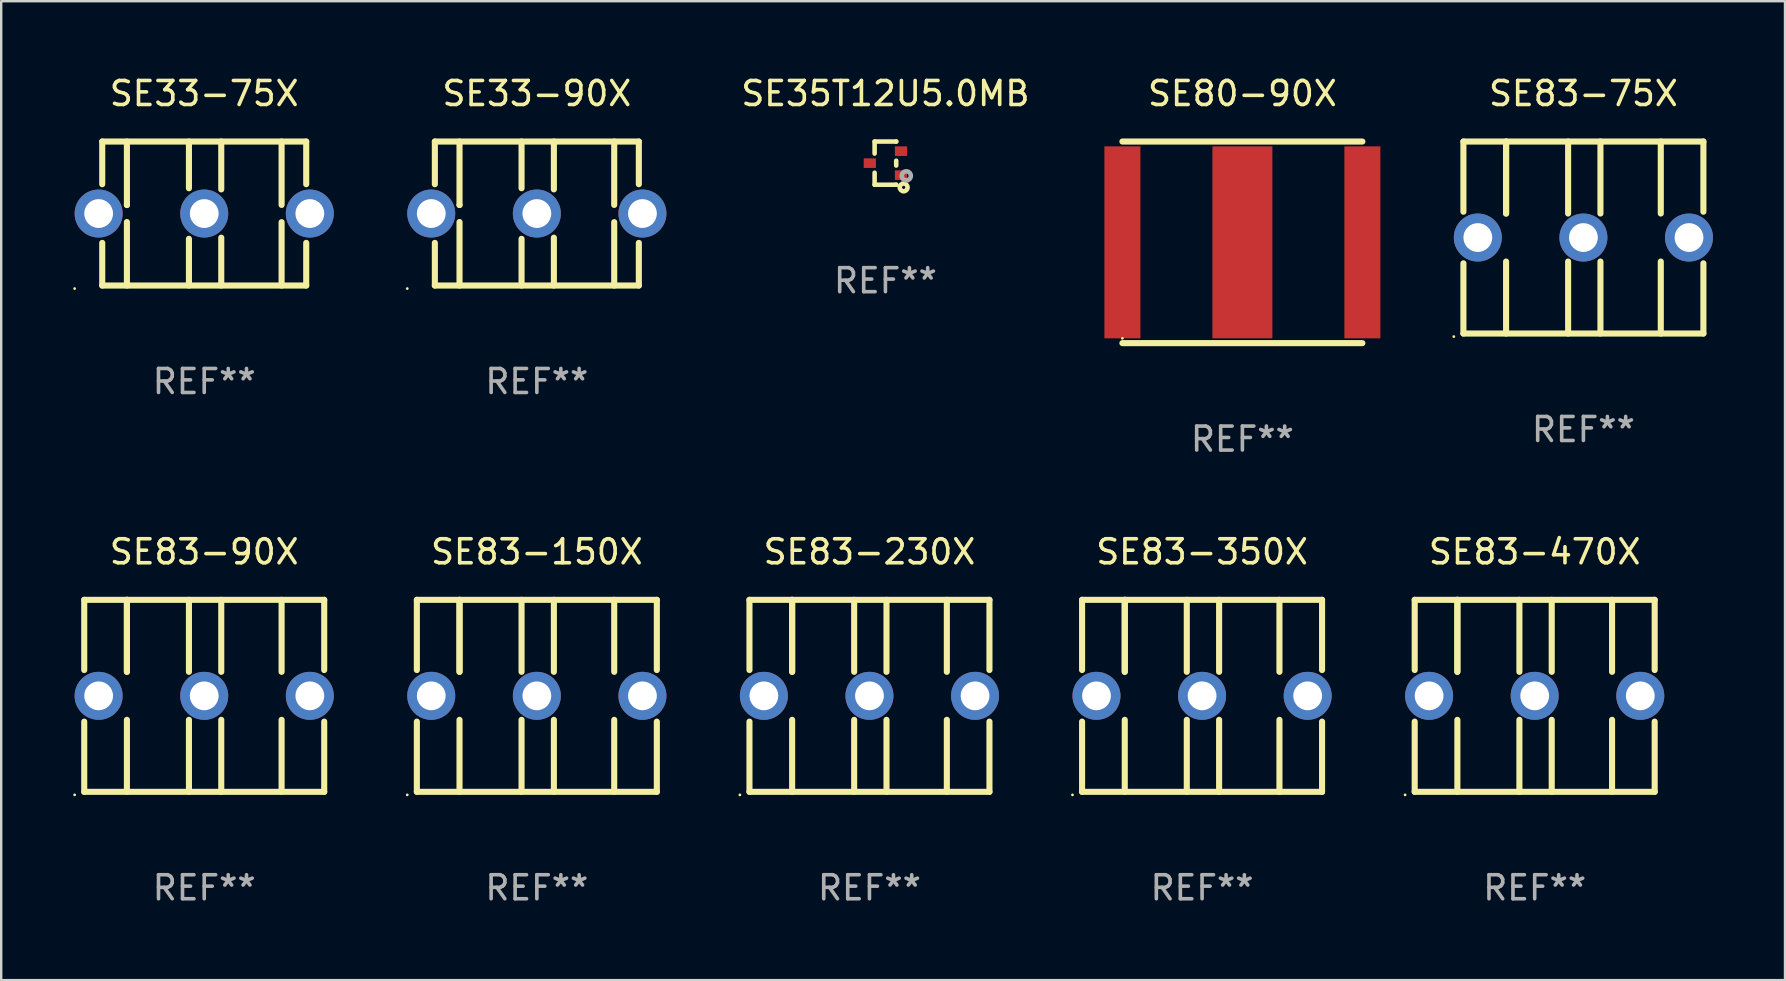
<source format=kicad_pcb>
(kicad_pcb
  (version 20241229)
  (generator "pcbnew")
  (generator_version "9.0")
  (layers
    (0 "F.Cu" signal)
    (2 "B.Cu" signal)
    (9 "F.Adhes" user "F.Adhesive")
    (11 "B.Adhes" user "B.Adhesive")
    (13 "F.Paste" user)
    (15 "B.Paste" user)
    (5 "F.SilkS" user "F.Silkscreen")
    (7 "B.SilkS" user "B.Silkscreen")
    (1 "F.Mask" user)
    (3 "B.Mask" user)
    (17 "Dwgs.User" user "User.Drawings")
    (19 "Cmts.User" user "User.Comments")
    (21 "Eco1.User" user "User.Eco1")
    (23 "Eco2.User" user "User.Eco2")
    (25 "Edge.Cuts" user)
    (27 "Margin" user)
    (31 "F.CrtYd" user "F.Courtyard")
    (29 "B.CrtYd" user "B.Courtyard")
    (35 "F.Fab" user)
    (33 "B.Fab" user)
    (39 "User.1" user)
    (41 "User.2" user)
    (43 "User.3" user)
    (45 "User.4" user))
  (footprint "SE83-350X"
    (layer "F.Cu")
    (at 47.04 25.945)
    (property "Reference" "SE83-350X" (at 0 -6 0) (layer "F.SilkS") (effects (font (size 1 1) (thickness 0.15))))
    (attr through_hole)
    (fp_line (start -5 -4) (end -5 -1.075) (stroke (width 0.254) (type solid)) (layer "F.SilkS"))
    (fp_line (start -5 -4) (end 5 -4) (stroke (width 0.254) (type solid)) (layer "F.SilkS"))
    (fp_line (start -5 1.075) (end -5 4) (stroke (width 0.254) (type solid)) (layer "F.SilkS"))
    (fp_line (start -5 4) (end 5 4) (stroke (width 0.254) (type solid)) (layer "F.SilkS"))
    (fp_line (start -3.222 -1) (end -3.222 -4) (stroke (width 0.254) (type solid)) (layer "F.SilkS"))
    (fp_line (start -3.222 -1) (end -3.222 -4) (stroke (width 0.254) (type solid)) (layer "F.SilkS"))
    (fp_line (start -3.222 1) (end -3.222 4) (stroke (width 0.254) (type solid)) (layer "F.SilkS"))
    (fp_line (start -0.637 -1) (end -0.637 -4) (stroke (width 0.254) (type solid)) (layer "F.SilkS"))
    (fp_line (start -0.637 1) (end -0.637 4) (stroke (width 0.254) (type solid)) (layer "F.SilkS"))
    (fp_line (start 0.71 -1) (end 0.71 -4) (stroke (width 0.254) (type solid)) (layer "F.SilkS"))
    (fp_line (start 0.71 1) (end 0.71 4) (stroke (width 0.254) (type solid)) (layer "F.SilkS"))
    (fp_line (start 3.224 -1) (end 3.224 -4) (stroke (width 0.254) (type solid)) (layer "F.SilkS"))
    (fp_line (start 3.224 1) (end 3.224 4) (stroke (width 0.254) (type solid)) (layer "F.SilkS"))
    (fp_line (start 5 -4) (end 5 -1.075) (stroke (width 0.254) (type solid)) (layer "F.SilkS"))
    (fp_line (start 5 1.075) (end 5 4) (stroke (width 0.254) (type solid)) (layer "F.SilkS"))
    (fp_circle (center -5.4 4.127) (end -5.37 4.127) (stroke (width 0.06) (type solid)) (fill no) (layer "F.SilkS"))
    (fp_text user "REF**" (at 0 8 0) (layer "F.Fab") (effects (font (size 1 1) (thickness 0.15))))
    (pad "1" thru_hole circle (at -4.4 0) (size 2 2) (drill 1.2) (layers "*.Cu" "*.Mask"))
    (pad "2" thru_hole circle (at 4.4 0) (size 2 2) (drill 1.2) (layers "*.Cu" "*.Mask"))
    (pad "3" thru_hole circle (at 0 0) (size 2 2) (drill 1.2) (layers "*.Cu" "*.Mask")))
  (footprint "SE33-75X"
    (layer "F.Cu")
    (at 5.46 5.848)
    (property "Reference" "SE33-75X" (at 0 -5 0) (layer "F.SilkS") (effects (font (size 1 1) (thickness 0.15))))
    (attr through_hole)
    (fp_line (start -4.25 -3) (end -4.25 -1.222) (stroke (width 0.254) (type solid)) (layer "F.SilkS"))
    (fp_line (start -4.25 -3) (end 4.25 -3) (stroke (width 0.254) (type solid)) (layer "F.SilkS"))
    (fp_line (start -4.25 1.222) (end -4.25 3) (stroke (width 0.254) (type solid)) (layer "F.SilkS"))
    (fp_line (start -4.25 3) (end 4.25 3) (stroke (width 0.254) (type solid)) (layer "F.SilkS"))
    (fp_line (start -3.222 -0.359) (end -3.222 -3) (stroke (width 0.254) (type solid)) (layer "F.SilkS"))
    (fp_line (start -3.222 -0.359) (end -3.222 -0.353) (stroke (width 0.254) (type solid)) (layer "F.SilkS"))
    (fp_line (start -3.222 0.353) (end -3.222 3) (stroke (width 0.254) (type solid)) (layer "F.SilkS"))
    (fp_line (start -0.637 -1.053) (end -0.637 -3) (stroke (width 0.254) (type solid)) (layer "F.SilkS"))
    (fp_line (start -0.637 3) (end -0.637 1.053) (stroke (width 0.254) (type solid)) (layer "F.SilkS"))
    (fp_line (start 0.71 -3) (end 0.71 -1.006) (stroke (width 0.254) (type solid)) (layer "F.SilkS"))
    (fp_line (start 0.71 1.006) (end 0.71 3) (stroke (width 0.254) (type solid)) (layer "F.SilkS"))
    (fp_line (start 3.224 -3) (end 3.224 -0.359) (stroke (width 0.254) (type solid)) (layer "F.SilkS"))
    (fp_line (start 3.224 0.359) (end 3.224 3) (stroke (width 0.254) (type solid)) (layer "F.SilkS"))
    (fp_line (start 4.25 -3) (end 4.25 -1.222) (stroke (width 0.254) (type solid)) (layer "F.SilkS"))
    (fp_line (start 4.25 1.222) (end 4.25 3) (stroke (width 0.254) (type solid)) (layer "F.SilkS"))
    (fp_circle (center -5.4 3.127) (end -5.37 3.127) (stroke (width 0.06) (type solid)) (fill no) (layer "F.SilkS"))
    (fp_text user "REF**" (at 0 7 0) (layer "F.Fab") (effects (font (size 1 1) (thickness 0.15))))
    (pad "1" thru_hole circle (at -4.4 0) (size 2 2) (drill 1.2) (layers "*.Cu" "*.Mask"))
    (pad "2" thru_hole circle (at 4.4 0) (size 2 2) (drill 1.2) (layers "*.Cu" "*.Mask"))
    (pad "3" thru_hole circle (at 0 0) (size 2 2) (drill 1.2) (layers "*.Cu" "*.Mask")))
  (footprint "SE83-75X"
    (layer "F.Cu")
    (at 62.93 6.848)
    (property "Reference" "SE83-75X" (at 0 -6 0) (layer "F.SilkS") (effects (font (size 1 1) (thickness 0.15))))
    (attr through_hole)
    (fp_line (start -5 -4) (end -5 -1.075) (stroke (width 0.254) (type solid)) (layer "F.SilkS"))
    (fp_line (start -5 -4) (end 5 -4) (stroke (width 0.254) (type solid)) (layer "F.SilkS"))
    (fp_line (start -5 1.075) (end -5 4) (stroke (width 0.254) (type solid)) (layer "F.SilkS"))
    (fp_line (start -5 4) (end 5 4) (stroke (width 0.254) (type solid)) (layer "F.SilkS"))
    (fp_line (start -3.222 -1) (end -3.222 -4) (stroke (width 0.254) (type solid)) (layer "F.SilkS"))
    (fp_line (start -3.222 -1) (end -3.222 -4) (stroke (width 0.254) (type solid)) (layer "F.SilkS"))
    (fp_line (start -3.222 1) (end -3.222 4) (stroke (width 0.254) (type solid)) (layer "F.SilkS"))
    (fp_line (start -0.637 -1) (end -0.637 -4) (stroke (width 0.254) (type solid)) (layer "F.SilkS"))
    (fp_line (start -0.637 1) (end -0.637 4) (stroke (width 0.254) (type solid)) (layer "F.SilkS"))
    (fp_line (start 0.71 -1) (end 0.71 -4) (stroke (width 0.254) (type solid)) (layer "F.SilkS"))
    (fp_line (start 0.71 1) (end 0.71 4) (stroke (width 0.254) (type solid)) (layer "F.SilkS"))
    (fp_line (start 3.224 -1) (end 3.224 -4) (stroke (width 0.254) (type solid)) (layer "F.SilkS"))
    (fp_line (start 3.224 1) (end 3.224 4) (stroke (width 0.254) (type solid)) (layer "F.SilkS"))
    (fp_line (start 5 -4) (end 5 -1.075) (stroke (width 0.254) (type solid)) (layer "F.SilkS"))
    (fp_line (start 5 1.075) (end 5 4) (stroke (width 0.254) (type solid)) (layer "F.SilkS"))
    (fp_circle (center -5.4 4.127) (end -5.37 4.127) (stroke (width 0.06) (type solid)) (fill no) (layer "F.SilkS"))
    (fp_text user "REF**" (at 0 8 0) (layer "F.Fab") (effects (font (size 1 1) (thickness 0.15))))
    (pad "1" thru_hole circle (at -4.4 0) (size 2 2) (drill 1.2) (layers "*.Cu" "*.Mask"))
    (pad "2" thru_hole circle (at 4.4 0) (size 2 2) (drill 1.2) (layers "*.Cu" "*.Mask"))
    (pad "3" thru_hole circle (at 0 0) (size 2 2) (drill 1.2) (layers "*.Cu" "*.Mask")))
  (footprint "SE83-90X"
    (layer "F.Cu")
    (at 5.46 25.945)
    (property "Reference" "SE83-90X" (at 0 -6 0) (layer "F.SilkS") (effects (font (size 1 1) (thickness 0.15))))
    (attr through_hole)
    (fp_line (start -5 -4) (end -5 -1.075) (stroke (width 0.254) (type solid)) (layer "F.SilkS"))
    (fp_line (start -5 -4) (end 5 -4) (stroke (width 0.254) (type solid)) (layer "F.SilkS"))
    (fp_line (start -5 1.075) (end -5 4) (stroke (width 0.254) (type solid)) (layer "F.SilkS"))
    (fp_line (start -5 4) (end 5 4) (stroke (width 0.254) (type solid)) (layer "F.SilkS"))
    (fp_line (start -3.222 -1) (end -3.222 -4) (stroke (width 0.254) (type solid)) (layer "F.SilkS"))
    (fp_line (start -3.222 -1) (end -3.222 -4) (stroke (width 0.254) (type solid)) (layer "F.SilkS"))
    (fp_line (start -3.222 1) (end -3.222 4) (stroke (width 0.254) (type solid)) (layer "F.SilkS"))
    (fp_line (start -0.637 -1) (end -0.637 -4) (stroke (width 0.254) (type solid)) (layer "F.SilkS"))
    (fp_line (start -0.637 1) (end -0.637 4) (stroke (width 0.254) (type solid)) (layer "F.SilkS"))
    (fp_line (start 0.71 -1) (end 0.71 -4) (stroke (width 0.254) (type solid)) (layer "F.SilkS"))
    (fp_line (start 0.71 1) (end 0.71 4) (stroke (width 0.254) (type solid)) (layer "F.SilkS"))
    (fp_line (start 3.224 -1) (end 3.224 -4) (stroke (width 0.254) (type solid)) (layer "F.SilkS"))
    (fp_line (start 3.224 1) (end 3.224 4) (stroke (width 0.254) (type solid)) (layer "F.SilkS"))
    (fp_line (start 5 -4) (end 5 -1.075) (stroke (width 0.254) (type solid)) (layer "F.SilkS"))
    (fp_line (start 5 1.075) (end 5 4) (stroke (width 0.254) (type solid)) (layer "F.SilkS"))
    (fp_circle (center -5.4 4.127) (end -5.37 4.127) (stroke (width 0.06) (type solid)) (fill no) (layer "F.SilkS"))
    (fp_text user "REF**" (at 0 8 0) (layer "F.Fab") (effects (font (size 1 1) (thickness 0.15))))
    (pad "1" thru_hole circle (at -4.4 0) (size 2 2) (drill 1.2) (layers "*.Cu" "*.Mask"))
    (pad "2" thru_hole circle (at 4.4 0) (size 2 2) (drill 1.2) (layers "*.Cu" "*.Mask"))
    (pad "3" thru_hole circle (at 0 0) (size 2 2) (drill 1.2) (layers "*.Cu" "*.Mask")))
  (footprint "SE83-150X"
    (layer "F.Cu")
    (at 19.32 25.945)
    (property "Reference" "SE83-150X" (at 0 -6 0) (layer "F.SilkS") (effects (font (size 1 1) (thickness 0.15))))
    (attr through_hole)
    (fp_line (start -5 -4) (end -5 -1.075) (stroke (width 0.254) (type solid)) (layer "F.SilkS"))
    (fp_line (start -5 -4) (end 5 -4) (stroke (width 0.254) (type solid)) (layer "F.SilkS"))
    (fp_line (start -5 1.075) (end -5 4) (stroke (width 0.254) (type solid)) (layer "F.SilkS"))
    (fp_line (start -5 4) (end 5 4) (stroke (width 0.254) (type solid)) (layer "F.SilkS"))
    (fp_line (start -3.222 -1) (end -3.222 -4) (stroke (width 0.254) (type solid)) (layer "F.SilkS"))
    (fp_line (start -3.222 -1) (end -3.222 -4) (stroke (width 0.254) (type solid)) (layer "F.SilkS"))
    (fp_line (start -3.222 1) (end -3.222 4) (stroke (width 0.254) (type solid)) (layer "F.SilkS"))
    (fp_line (start -0.637 -1) (end -0.637 -4) (stroke (width 0.254) (type solid)) (layer "F.SilkS"))
    (fp_line (start -0.637 1) (end -0.637 4) (stroke (width 0.254) (type solid)) (layer "F.SilkS"))
    (fp_line (start 0.71 -1) (end 0.71 -4) (stroke (width 0.254) (type solid)) (layer "F.SilkS"))
    (fp_line (start 0.71 1) (end 0.71 4) (stroke (width 0.254) (type solid)) (layer "F.SilkS"))
    (fp_line (start 3.224 -1) (end 3.224 -4) (stroke (width 0.254) (type solid)) (layer "F.SilkS"))
    (fp_line (start 3.224 1) (end 3.224 4) (stroke (width 0.254) (type solid)) (layer "F.SilkS"))
    (fp_line (start 5 -4) (end 5 -1.075) (stroke (width 0.254) (type solid)) (layer "F.SilkS"))
    (fp_line (start 5 1.075) (end 5 4) (stroke (width 0.254) (type solid)) (layer "F.SilkS"))
    (fp_circle (center -5.4 4.127) (end -5.37 4.127) (stroke (width 0.06) (type solid)) (fill no) (layer "F.SilkS"))
    (fp_text user "REF**" (at 0 8 0) (layer "F.Fab") (effects (font (size 1 1) (thickness 0.15))))
    (pad "1" thru_hole circle (at -4.4 0) (size 2 2) (drill 1.2) (layers "*.Cu" "*.Mask"))
    (pad "2" thru_hole circle (at 4.4 0) (size 2 2) (drill 1.2) (layers "*.Cu" "*.Mask"))
    (pad "3" thru_hole circle (at 0 0) (size 2 2) (drill 1.2) (layers "*.Cu" "*.Mask")))
  (footprint "SE35T12U5.0MB"
    (layer "F.Cu")
    (at 33.845 3.748)
    (property "Reference" "SE35T12U5.0MB" (at 0 -2.9 0) (layer "F.SilkS") (effects (font (size 1 1) (thickness 0.15))))
    (attr through_hole)
    (fp_line (start -0.45 -0.9) (end 0.45 -0.9) (stroke (width 0.19) (type solid)) (layer "F.SilkS"))
    (fp_line (start -0.45 -0.399) (end -0.45 -0.9) (stroke (width 0.19) (type solid)) (layer "F.SilkS"))
    (fp_line (start -0.45 0.9) (end -0.45 0.399) (stroke (width 0.19) (type solid)) (layer "F.SilkS"))
    (fp_line (start -0.45 0.9) (end 0.45 0.9) (stroke (width 0.19) (type solid)) (layer "F.SilkS"))
    (fp_line (start 0.45 -0.899) (end 0.45 -0.9) (stroke (width 0.19) (type solid)) (layer "F.SilkS"))
    (fp_line (start 0.45 0.101) (end 0.45 -0.101) (stroke (width 0.19) (type solid)) (layer "F.SilkS"))
    (fp_line (start 0.45 0.9) (end 0.45 0.899) (stroke (width 0.19) (type solid)) (layer "F.SilkS"))
    (fp_circle (center 0.76 1.01) (end 0.827 1.01) (stroke (width 0.19) (type solid)) (fill no) (layer "F.SilkS"))
    (fp_circle (center 0.8 0.8) (end 0.81 0.8) (stroke (width 0.02) (type solid)) (fill no) (layer "F.SilkS"))
    (fp_circle (center 0.87 0.53) (end 0.964 0.53) (stroke (width 0.19) (type solid)) (fill no) (layer "F.Fab"))
    (fp_text user "REF**" (at 0 4.9 0) (layer "F.Fab") (effects (font (size 1 1) (thickness 0.15))))
    (pad "1" smd rect (at 0.65 0.5 90) (size 0.4 0.51) (layers "F.Cu" "F.Mask" "F.Paste"))
    (pad "2" smd rect (at 0.65 -0.5 90) (size 0.4 0.51) (layers "F.Cu" "F.Mask" "F.Paste"))
    (pad "3" smd rect (at -0.65 0.000127 90) (size 0.4 0.51) (layers "F.Cu" "F.Mask" "F.Paste")))
  (footprint "SE80-90X"
    (layer "F.Cu")
    (at 48.72 7.048)
    (property "Reference" "SE80-90X" (at 0 -6.2 0) (layer "F.SilkS") (effects (font (size 1 1) (thickness 0.15))))
    (attr through_hole)
    (fp_line (start -5 -4.2) (end 5 -4.2) (stroke (width 0.254) (type solid)) (layer "F.SilkS"))
    (fp_line (start -5 4.2) (end 5 4.2) (stroke (width 0.254) (type solid)) (layer "F.SilkS"))
    (fp_circle (center -5 4) (end -4.97 4) (stroke (width 0.06) (type solid)) (fill no) (layer "F.SilkS"))
    (fp_text user "REF**" (at 0 8.2 0) (layer "F.Fab") (effects (font (size 1 1) (thickness 0.15))))
    (pad "1" smd rect (at -5 0) (size 1.5 8) (layers "F.Cu" "F.Mask" "F.Paste"))
    (pad "2" smd rect (at 5 0) (size 1.5 8) (layers "F.Cu" "F.Mask" "F.Paste"))
    (pad "3" smd rect (at 0 0) (size 2.5 8) (layers "F.Cu" "F.Mask" "F.Paste")))
  (footprint "SE83-470X"
    (layer "F.Cu")
    (at 60.9 25.945)
    (property "Reference" "SE83-470X" (at 0 -6 0) (layer "F.SilkS") (effects (font (size 1 1) (thickness 0.15))))
    (attr through_hole)
    (fp_line (start -5 -4) (end -5 -1.075) (stroke (width 0.254) (type solid)) (layer "F.SilkS"))
    (fp_line (start -5 -4) (end 5 -4) (stroke (width 0.254) (type solid)) (layer "F.SilkS"))
    (fp_line (start -5 1.075) (end -5 4) (stroke (width 0.254) (type solid)) (layer "F.SilkS"))
    (fp_line (start -5 4) (end 5 4) (stroke (width 0.254) (type solid)) (layer "F.SilkS"))
    (fp_line (start -3.222 -1) (end -3.222 -4) (stroke (width 0.254) (type solid)) (layer "F.SilkS"))
    (fp_line (start -3.222 -1) (end -3.222 -4) (stroke (width 0.254) (type solid)) (layer "F.SilkS"))
    (fp_line (start -3.222 1) (end -3.222 4) (stroke (width 0.254) (type solid)) (layer "F.SilkS"))
    (fp_line (start -0.637 -1) (end -0.637 -4) (stroke (width 0.254) (type solid)) (layer "F.SilkS"))
    (fp_line (start -0.637 1) (end -0.637 4) (stroke (width 0.254) (type solid)) (layer "F.SilkS"))
    (fp_line (start 0.71 -1) (end 0.71 -4) (stroke (width 0.254) (type solid)) (layer "F.SilkS"))
    (fp_line (start 0.71 1) (end 0.71 4) (stroke (width 0.254) (type solid)) (layer "F.SilkS"))
    (fp_line (start 3.224 -1) (end 3.224 -4) (stroke (width 0.254) (type solid)) (layer "F.SilkS"))
    (fp_line (start 3.224 1) (end 3.224 4) (stroke (width 0.254) (type solid)) (layer "F.SilkS"))
    (fp_line (start 5 -4) (end 5 -1.075) (stroke (width 0.254) (type solid)) (layer "F.SilkS"))
    (fp_line (start 5 1.075) (end 5 4) (stroke (width 0.254) (type solid)) (layer "F.SilkS"))
    (fp_circle (center -5.4 4.127) (end -5.37 4.127) (stroke (width 0.06) (type solid)) (fill no) (layer "F.SilkS"))
    (fp_text user "REF**" (at 0 8 0) (layer "F.Fab") (effects (font (size 1 1) (thickness 0.15))))
    (pad "1" thru_hole circle (at -4.4 0) (size 2 2) (drill 1.2) (layers "*.Cu" "*.Mask"))
    (pad "2" thru_hole circle (at 4.4 0) (size 2 2) (drill 1.2) (layers "*.Cu" "*.Mask"))
    (pad "3" thru_hole circle (at 0 0) (size 2 2) (drill 1.2) (layers "*.Cu" "*.Mask")))
  (footprint "SE83-230X"
    (layer "F.Cu")
    (at 33.18 25.945)
    (property "Reference" "SE83-230X" (at 0 -6 0) (layer "F.SilkS") (effects (font (size 1 1) (thickness 0.15))))
    (attr through_hole)
    (fp_line (start -5 -4) (end -5 -1.075) (stroke (width 0.254) (type solid)) (layer "F.SilkS"))
    (fp_line (start -5 -4) (end 5 -4) (stroke (width 0.254) (type solid)) (layer "F.SilkS"))
    (fp_line (start -5 1.075) (end -5 4) (stroke (width 0.254) (type solid)) (layer "F.SilkS"))
    (fp_line (start -5 4) (end 5 4) (stroke (width 0.254) (type solid)) (layer "F.SilkS"))
    (fp_line (start -3.222 -1) (end -3.222 -4) (stroke (width 0.254) (type solid)) (layer "F.SilkS"))
    (fp_line (start -3.222 -1) (end -3.222 -4) (stroke (width 0.254) (type solid)) (layer "F.SilkS"))
    (fp_line (start -3.222 1) (end -3.222 4) (stroke (width 0.254) (type solid)) (layer "F.SilkS"))
    (fp_line (start -0.637 -1) (end -0.637 -4) (stroke (width 0.254) (type solid)) (layer "F.SilkS"))
    (fp_line (start -0.637 1) (end -0.637 4) (stroke (width 0.254) (type solid)) (layer "F.SilkS"))
    (fp_line (start 0.71 -1) (end 0.71 -4) (stroke (width 0.254) (type solid)) (layer "F.SilkS"))
    (fp_line (start 0.71 1) (end 0.71 4) (stroke (width 0.254) (type solid)) (layer "F.SilkS"))
    (fp_line (start 3.224 -1) (end 3.224 -4) (stroke (width 0.254) (type solid)) (layer "F.SilkS"))
    (fp_line (start 3.224 1) (end 3.224 4) (stroke (width 0.254) (type solid)) (layer "F.SilkS"))
    (fp_line (start 5 -4) (end 5 -1.075) (stroke (width 0.254) (type solid)) (layer "F.SilkS"))
    (fp_line (start 5 1.075) (end 5 4) (stroke (width 0.254) (type solid)) (layer "F.SilkS"))
    (fp_circle (center -5.4 4.127) (end -5.37 4.127) (stroke (width 0.06) (type solid)) (fill no) (layer "F.SilkS"))
    (fp_text user "REF**" (at 0 8 0) (layer "F.Fab") (effects (font (size 1 1) (thickness 0.15))))
    (pad "1" thru_hole circle (at -4.4 0) (size 2 2) (drill 1.2) (layers "*.Cu" "*.Mask"))
    (pad "2" thru_hole circle (at 4.4 0) (size 2 2) (drill 1.2) (layers "*.Cu" "*.Mask"))
    (pad "3" thru_hole circle (at 0 0) (size 2 2) (drill 1.2) (layers "*.Cu" "*.Mask")))
  (footprint "SE33-90X"
    (layer "F.Cu")
    (at 19.32 5.848)
    (property "Reference" "SE33-90X" (at 0 -5 0) (layer "F.SilkS") (effects (font (size 1 1) (thickness 0.15))))
    (attr through_hole)
    (fp_line (start -4.25 -3) (end -4.25 -1.222) (stroke (width 0.254) (type solid)) (layer "F.SilkS"))
    (fp_line (start -4.25 -3) (end 4.25 -3) (stroke (width 0.254) (type solid)) (layer "F.SilkS"))
    (fp_line (start -4.25 1.222) (end -4.25 3) (stroke (width 0.254) (type solid)) (layer "F.SilkS"))
    (fp_line (start -4.25 3) (end 4.25 3) (stroke (width 0.254) (type solid)) (layer "F.SilkS"))
    (fp_line (start -3.222 -0.359) (end -3.222 -3) (stroke (width 0.254) (type solid)) (layer "F.SilkS"))
    (fp_line (start -3.222 -0.359) (end -3.222 -0.353) (stroke (width 0.254) (type solid)) (layer "F.SilkS"))
    (fp_line (start -3.222 0.353) (end -3.222 3) (stroke (width 0.254) (type solid)) (layer "F.SilkS"))
    (fp_line (start -0.637 -1.053) (end -0.637 -3) (stroke (width 0.254) (type solid)) (layer "F.SilkS"))
    (fp_line (start -0.637 3) (end -0.637 1.053) (stroke (width 0.254) (type solid)) (layer "F.SilkS"))
    (fp_line (start 0.71 -3) (end 0.71 -1.006) (stroke (width 0.254) (type solid)) (layer "F.SilkS"))
    (fp_line (start 0.71 1.006) (end 0.71 3) (stroke (width 0.254) (type solid)) (layer "F.SilkS"))
    (fp_line (start 3.224 -3) (end 3.224 -0.359) (stroke (width 0.254) (type solid)) (layer "F.SilkS"))
    (fp_line (start 3.224 0.359) (end 3.224 3) (stroke (width 0.254) (type solid)) (layer "F.SilkS"))
    (fp_line (start 4.25 -3) (end 4.25 -1.222) (stroke (width 0.254) (type solid)) (layer "F.SilkS"))
    (fp_line (start 4.25 1.222) (end 4.25 3) (stroke (width 0.254) (type solid)) (layer "F.SilkS"))
    (fp_circle (center -5.4 3.127) (end -5.37 3.127) (stroke (width 0.06) (type solid)) (fill no) (layer "F.SilkS"))
    (fp_text user "REF**" (at 0 7 0) (layer "F.Fab") (effects (font (size 1 1) (thickness 0.15))))
    (pad "1" thru_hole circle (at -4.4 0) (size 2 2) (drill 1.2) (layers "*.Cu" "*.Mask"))
    (pad "2" thru_hole circle (at 4.4 0) (size 2 2) (drill 1.2) (layers "*.Cu" "*.Mask"))
    (pad "3" thru_hole circle (at 0 0) (size 2 2) (drill 1.2) (layers "*.Cu" "*.Mask")))
  (gr_rect
    (start -3 -3)
    (end 71.33 37.793)
    (stroke (width 0.1) (type default))
    (fill no)
    (layer "Edge.Cuts")))
</source>
